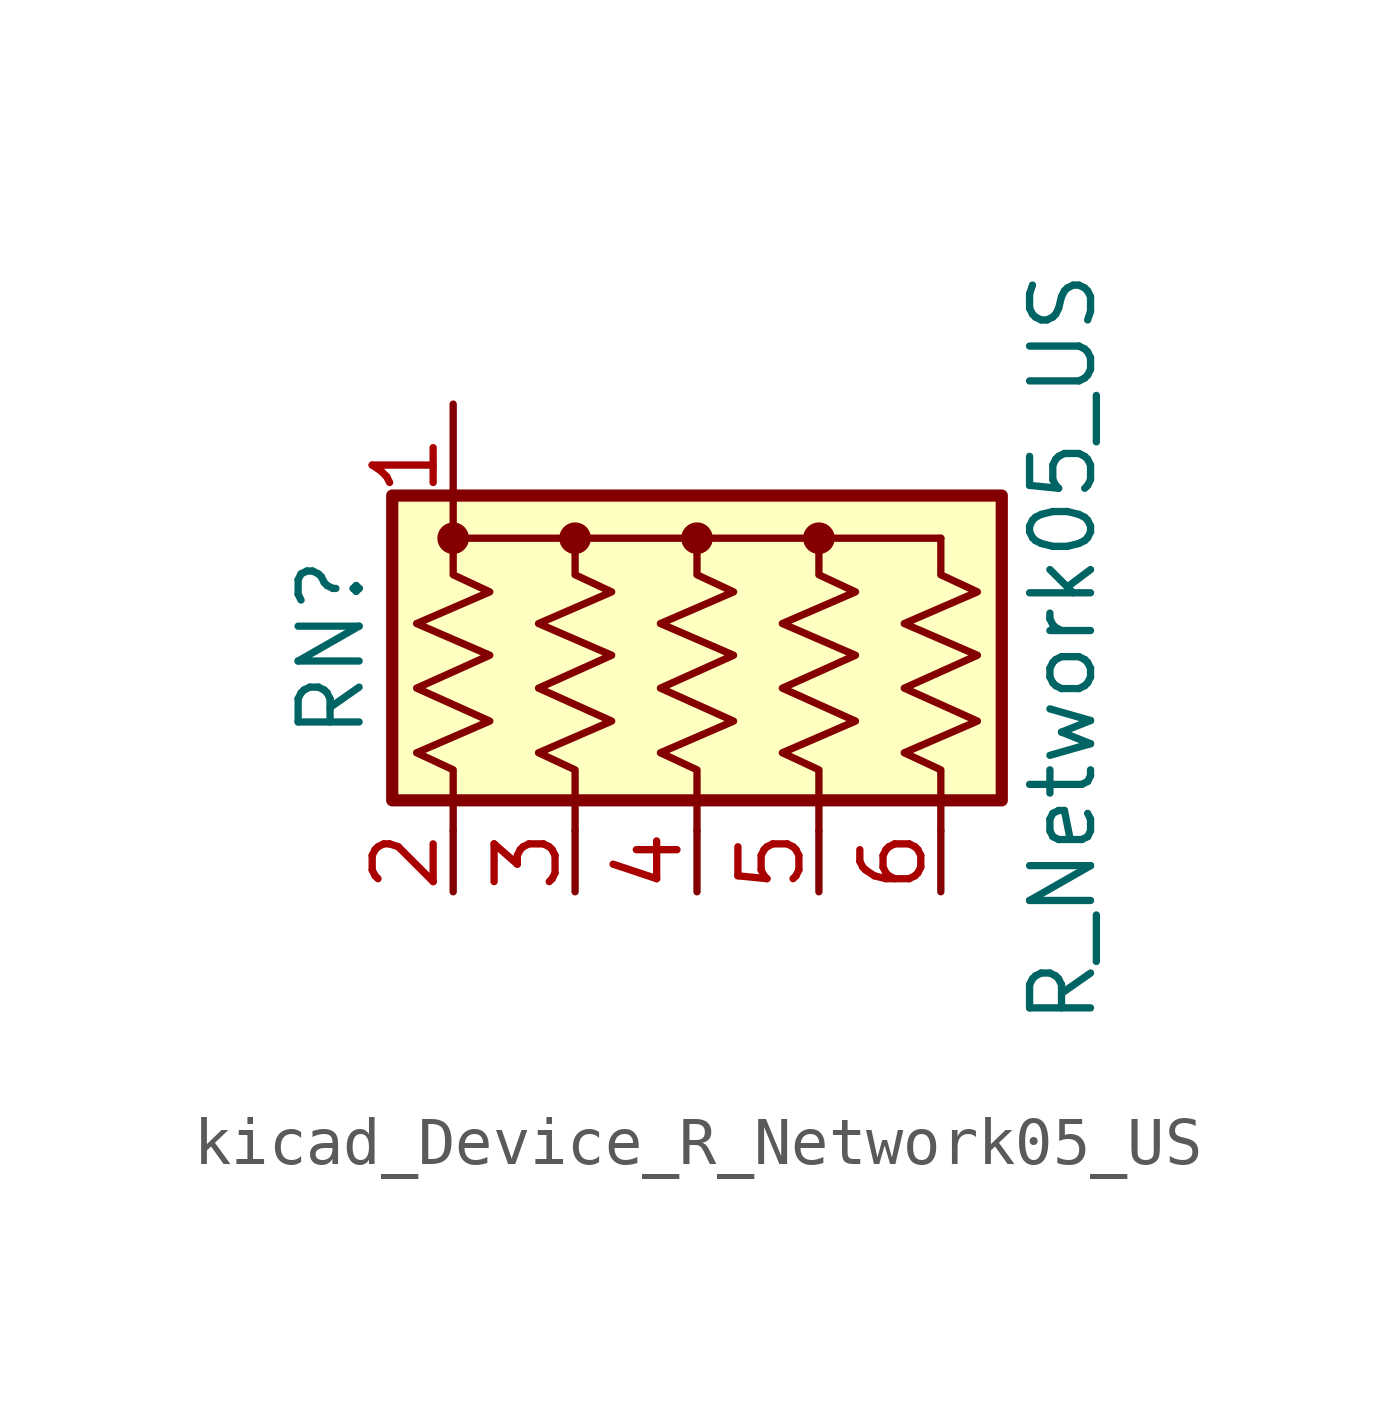
<source format=kicad_sym>
(kicad_symbol_lib
  (version 20220914)
  (generator kicad_symbol_editor)
  (symbol "kicad_Device_R_Network05_US"
    (pin_names
      (offset 0) hide)
    (property "Reference" "RN"
      (at -7.62 0 90)
      (effects (font (size 1.27 1.27))))
    (property "Value" "R_Network05_US"
      (at 7.62 0 90)
      (effects (font (size 1.27 1.27))))
    (symbol "kicad_Device_R_Network05_US_0_1"
      (rectangle (start -6.35 -3.175) (end 6.35 3.175) (stroke (width 0.254) (type default)) (fill (type background)))
      (circle (center -5.08 2.286) (radius 0.254) (stroke (width 0) (type default)) (fill (type outline)))
      (circle (center -2.54 2.286) (radius 0.254) (stroke (width 0) (type default)) (fill (type outline)))
      (polyline (pts (xy -5.08 2.286) (xy 5.08 2.286)) (stroke (width 0) (type default)) (fill (type none)))
      (polyline (pts (xy -5.08 2.286) (xy -5.08 1.524) (xy -4.318 1.168) (xy -5.842 0.508) (xy -4.318 -0.152) (xy -5.842 -0.838) (xy -4.318 -1.524) (xy -5.842 -2.184) (xy -5.08 -2.54) (xy -5.08 -3.81)) (stroke (width 0) (type default)) (fill (type none)))
      (polyline (pts (xy -2.54 2.286) (xy -2.54 1.524) (xy -1.778 1.168) (xy -3.302 0.508) (xy -1.778 -0.152) (xy -3.302 -0.838) (xy -1.778 -1.524) (xy -3.302 -2.184) (xy -2.54 -2.54) (xy -2.54 -3.81)) (stroke (width 0) (type default)) (fill (type none)))
      (polyline (pts (xy 0 2.286) (xy 0 1.524) (xy 0.762 1.168) (xy -0.762 0.508) (xy 0.762 -0.152) (xy -0.762 -0.838) (xy 0.762 -1.524) (xy -0.762 -2.184) (xy 0 -2.54) (xy 0 -3.81)) (stroke (width 0) (type default)) (fill (type none)))
      (polyline (pts (xy 2.54 2.286) (xy 2.54 1.524) (xy 3.302 1.168) (xy 1.778 0.508) (xy 3.302 -0.152) (xy 1.778 -0.838) (xy 3.302 -1.524) (xy 1.778 -2.184) (xy 2.54 -2.54) (xy 2.54 -3.81)) (stroke (width 0) (type default)) (fill (type none)))
      (polyline (pts (xy 5.08 2.286) (xy 5.08 1.524) (xy 5.842 1.168) (xy 4.318 0.508) (xy 5.842 -0.152) (xy 4.318 -0.838) (xy 5.842 -1.524) (xy 4.318 -2.184) (xy 5.08 -2.54) (xy 5.08 -3.81)) (stroke (width 0) (type default)) (fill (type none)))
      (circle (center 0 2.286) (radius 0.254) (stroke (width 0) (type default)) (fill (type outline)))
      (circle (center 2.54 2.286) (radius 0.254) (stroke (width 0) (type default)) (fill (type outline))))
    (symbol "kicad_Device_R_Network05_US_1_1"
      (pin passive line (at -5.08 5.08 270) (length 2.54) (name "common" (effects (font (size 1.27 1.27)))) (number "1" (effects (font (size 1.27 1.27)))))
      (pin passive line (at -5.08 -5.08 90) (length 1.27) (name "R1" (effects (font (size 1.27 1.27)))) (number "2" (effects (font (size 1.27 1.27)))))
      (pin passive line (at -2.54 -5.08 90) (length 1.27) (name "R2" (effects (font (size 1.27 1.27)))) (number "3" (effects (font (size 1.27 1.27)))))
      (pin passive line (at 0 -5.08 90) (length 1.27) (name "R3" (effects (font (size 1.27 1.27)))) (number "4" (effects (font (size 1.27 1.27)))))
      (pin passive line (at 2.54 -5.08 90) (length 1.27) (name "R4" (effects (font (size 1.27 1.27)))) (number "5" (effects (font (size 1.27 1.27)))))
      (pin passive line (at 5.08 -5.08 90) (length 1.27) (name "R5" (effects (font (size 1.27 1.27)))) (number "6" (effects (font (size 1.27 1.27))))))))
</source>
